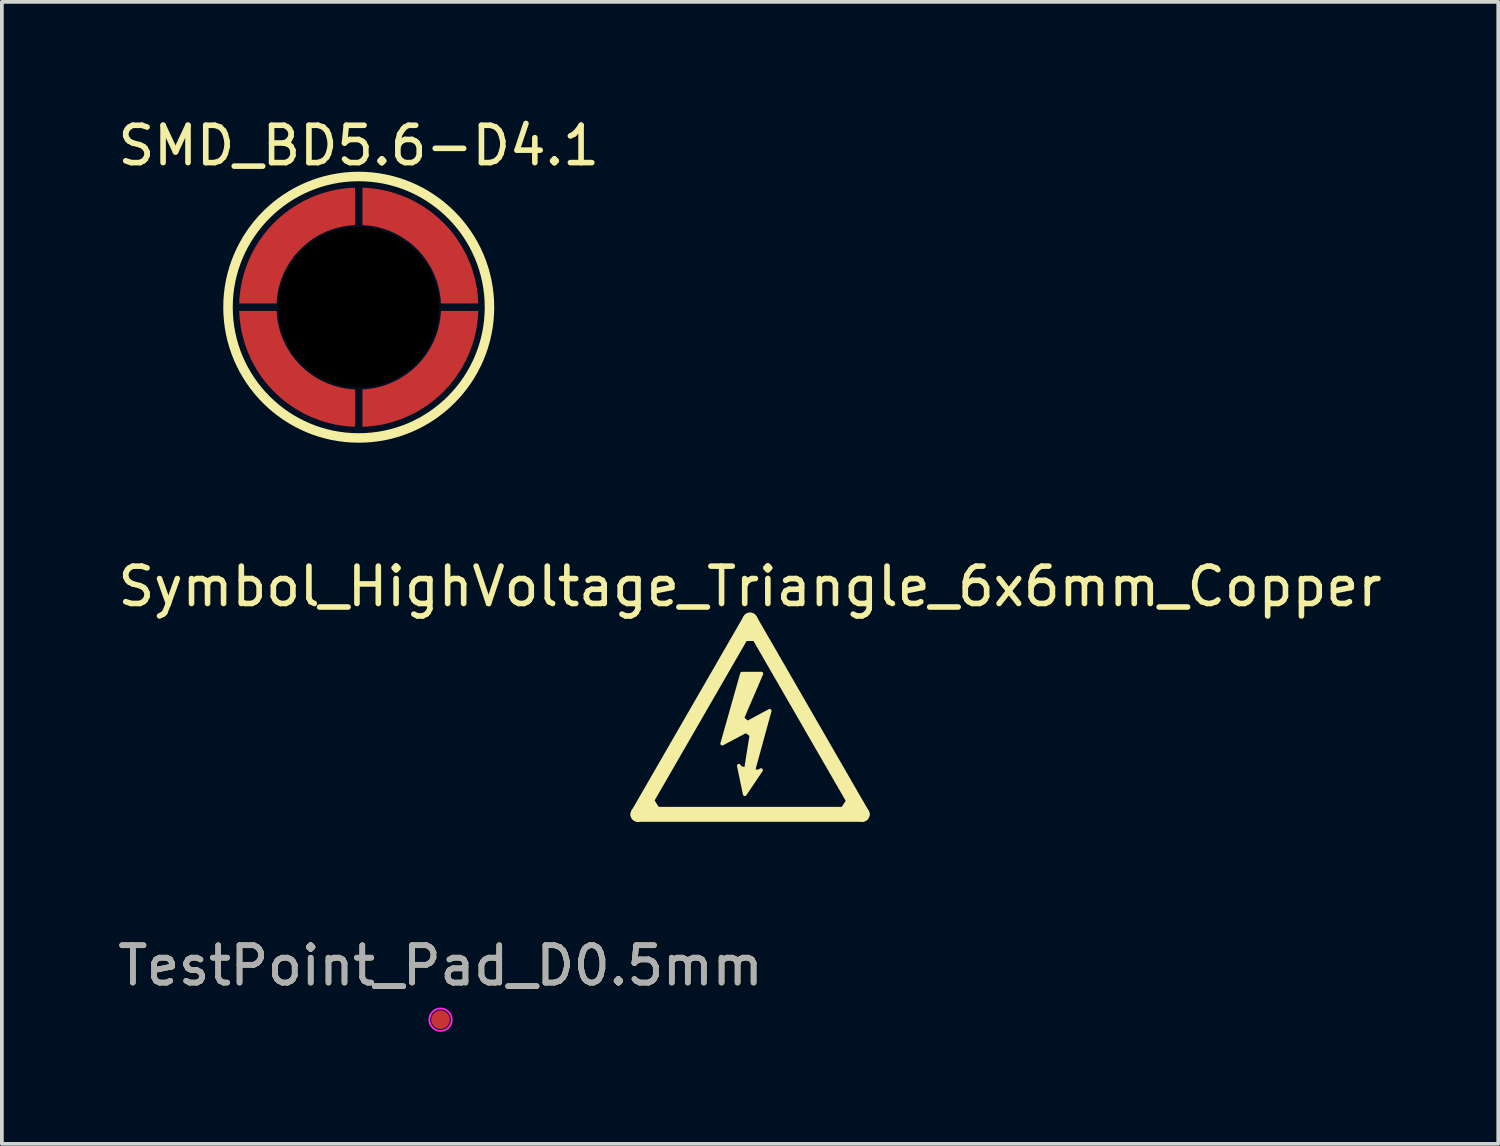
<source format=kicad_pcb>
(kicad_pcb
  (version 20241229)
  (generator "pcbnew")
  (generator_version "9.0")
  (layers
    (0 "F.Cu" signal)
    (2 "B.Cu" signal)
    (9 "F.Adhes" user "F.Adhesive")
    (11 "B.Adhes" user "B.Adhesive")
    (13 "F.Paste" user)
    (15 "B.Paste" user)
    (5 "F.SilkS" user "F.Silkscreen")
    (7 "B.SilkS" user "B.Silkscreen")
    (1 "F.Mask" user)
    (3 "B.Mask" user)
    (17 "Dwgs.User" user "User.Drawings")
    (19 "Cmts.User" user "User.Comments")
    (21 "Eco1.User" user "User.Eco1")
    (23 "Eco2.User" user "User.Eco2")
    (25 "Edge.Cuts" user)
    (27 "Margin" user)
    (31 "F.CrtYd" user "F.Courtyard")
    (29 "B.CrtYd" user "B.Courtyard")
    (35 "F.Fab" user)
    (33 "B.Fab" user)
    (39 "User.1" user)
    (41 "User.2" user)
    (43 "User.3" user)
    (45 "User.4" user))
  (footprint "SMD_BD5.6-D4.1"
    (layer "F.Cu")
    (at 6.554 5.175)
    (property "Reference" "SMD_BD5.6-D4.1" (at 0 -4.327 0) (layer "F.SilkS") (effects (font (size 1 1) (thickness 0.15))))
    (fp_circle (center 0 0) (end 3.5 0) (stroke (width 0.254) (type default)) (fill no) (layer "F.SilkS"))
    (fp_circle (center 0 0) (end 1.025 0) (stroke (width 2.05) (type default)) (fill no) (layer "Dwgs.User"))
    (fp_poly (pts (xy -3.19 -0.15) (xy -3.18 -0.3) (xy -3.15 -0.53) (xy -3.12 -0.68) (xy -3.03 -1) (xy -2.87 -1.41) (xy -2.65 -1.8) (xy -2.37 -2.14) (xy -2.01 -2.5) (xy -1.59 -2.77) (xy -1.37 -2.88) (xy -1.09 -3) (xy -0.54 -3.15) (xy -0.15 -3.19) (xy -0.15 -2.39) (xy -0.48 -2.34) (xy -0.96 -2.21) (xy -1.18 -2.07) (xy -1.52 -1.85) (xy -1.86 -1.53) (xy -2.12 -1.11) (xy -2.24 -0.85) (xy -2.36 -0.45) (xy -2.39 -0.15)) (stroke (width 0.1) (type default)) (fill no) (layer "User.1"))
    (fp_poly (pts (xy -0.15 3.19) (xy -0.3 3.18) (xy -0.53 3.15) (xy -0.68 3.12) (xy -1 3.03) (xy -1.41 2.87) (xy -1.8 2.65) (xy -2.14 2.37) (xy -2.5 2.01) (xy -2.77 1.59) (xy -2.88 1.37) (xy -3 1.09) (xy -3.15 0.54) (xy -3.19 0.15) (xy -2.39 0.15) (xy -2.34 0.48) (xy -2.21 0.96) (xy -2.07 1.18) (xy -1.85 1.52) (xy -1.53 1.86) (xy -1.11 2.12) (xy -0.85 2.24) (xy -0.45 2.36) (xy -0.15 2.39)) (stroke (width 0.1) (type default)) (fill no) (layer "User.1"))
    (fp_poly (pts (xy 0.15 -3.19) (xy 0.3 -3.18) (xy 0.53 -3.15) (xy 0.68 -3.12) (xy 1 -3.03) (xy 1.41 -2.87) (xy 1.8 -2.65) (xy 2.14 -2.37) (xy 2.5 -2.01) (xy 2.77 -1.59) (xy 2.88 -1.37) (xy 3 -1.09) (xy 3.15 -0.54) (xy 3.19 -0.15) (xy 2.39 -0.15) (xy 2.34 -0.48) (xy 2.21 -0.96) (xy 2.07 -1.18) (xy 1.85 -1.52) (xy 1.53 -1.86) (xy 1.11 -2.12) (xy 0.85 -2.24) (xy 0.45 -2.36) (xy 0.15 -2.39)) (stroke (width 0.1) (type default)) (fill no) (layer "User.1"))
    (fp_poly (pts (xy 3.19 0.15) (xy 3.18 0.3) (xy 3.15 0.53) (xy 3.12 0.68) (xy 3.03 1) (xy 2.87 1.41) (xy 2.65 1.8) (xy 2.37 2.14) (xy 2.01 2.5) (xy 1.59 2.77) (xy 1.37 2.88) (xy 1.09 3) (xy 0.54 3.15) (xy 0.15 3.19) (xy 0.15 2.39) (xy 0.48 2.34) (xy 0.96 2.21) (xy 1.18 2.07) (xy 1.52 1.85) (xy 1.86 1.53) (xy 2.12 1.11) (xy 2.24 0.85) (xy 2.36 0.45) (xy 2.39 0.15)) (stroke (width 0.1) (type default)) (fill no) (layer "User.1"))
    (fp_arc (start -2.78 0) (mid -1.965757 -1.965757) (end 0 -2.78) (stroke (width 0.051) (type default)) (layer "User.2"))
    (fp_arc (start 0 -2.78) (mid 1.965757 -1.965757) (end 2.78 0) (stroke (width 0.051) (type default)) (layer "User.2"))
    (fp_arc (start 0 2.78) (mid -1.965757 1.965757) (end -2.78 0) (stroke (width 0.051) (type default)) (layer "User.2"))
    (fp_arc (start 2.78 0) (mid 1.965757 1.965757) (end 0 2.78) (stroke (width 0.051) (type default)) (layer "User.2"))
    (fp_poly (pts (xy 3.245 -3.213) (xy 3.213 -3.245) (xy 3.167 -3.245) (xy 3.135 -3.213) (xy 3.135 -3.167) (xy 3.167 -3.135) (xy 3.213 -3.135) (xy 3.245 -3.167)) (stroke (width 0.1) (type default)) (fill no) (layer "User.3"))
    (pad "" np_thru_hole circle (at 0 0 180) (size 4.3 4.3) (drill 4.3) (layers "*.Mask"))
    (pad "1" smd custom (at -2.102 -1.65) (size 0.000001 0.000001) (layers "F.Cu" "F.Mask" "F.Paste") (options (anchor circle)) (primitives (gr_poly (pts (xy 2.002 -1.55) (xy 2.002 -0.55) (xy 1.934 -0.546) (xy 1.867 -0.54) (xy 1.799 -0.531) (xy 1.732 -0.521) (xy 1.665 -0.509) (xy 1.599 -0.494) (xy 1.533 -0.478) (xy 1.468 -0.46) (xy 1.403 -0.439) (xy 1.339 -0.416) (xy 1.276 -0.392) (xy 1.213 -0.365) (xy 1.151 -0.337) (xy 1.091 -0.307) (xy 1.03 -0.275) (xy 0.972 -0.241) (xy 0.914 -0.205) (xy 0.858 -0.168) (xy 0.802 -0.129) (xy 0.748 -0.087) (xy 0.695 -0.045) (xy 0.643 -0.001) (xy 0.593 0.045) (xy 0.544 0.092) (xy 0.497 0.141) (xy 0.451 0.191) (xy 0.407 0.242) (xy 0.364 0.295) (xy 0.324 0.35) (xy 0.284 0.406) (xy 0.247 0.462) (xy 0.211 0.519) (xy 0.177 0.579) (xy 0.145 0.638) (xy 0.115 0.699) (xy 0.086 0.761) (xy 0.06 0.824) (xy 0.035 0.887) (xy 0.013 0.951) (xy -0.007 1.016) (xy -0.026 1.081) (xy -0.043 1.147) (xy -0.057 1.213) (xy -0.069 1.28) (xy -0.08 1.347) (xy -0.088 1.415) (xy -0.094 1.482) (xy -0.098 1.55) (xy -1.098 1.55) (xy -1.095 1.468) (xy -1.089 1.387) (xy -1.081 1.305) (xy -1.071 1.224) (xy -1.06 1.143) (xy -1.046 1.062) (xy -1.03 0.982) (xy -1.012 0.902) (xy -0.991 0.823) (xy -0.969 0.744) (xy -0.945 0.665) (xy -0.918 0.588) (xy -0.89 0.511) (xy -0.861 0.435) (xy -0.829 0.36) (xy -0.794 0.285) (xy -0.759 0.211) (xy -0.721 0.139) (xy -0.681 0.068) (xy -0.64 -0.004) (xy -0.597 -0.073) (xy -0.552 -0.141) (xy -0.505 -0.208) (xy -0.457 -0.275) (xy -0.407 -0.34) (xy -0.355 -0.403) (xy -0.302 -0.465) (xy -0.247 -0.526) (xy -0.191 -0.585) (xy -0.133 -0.643) (xy -0.074 -0.7) (xy -0.013 -0.754) (xy 0.049 -0.807) (xy 0.113 -0.859) (xy 0.177 -0.909) (xy 0.243 -0.958) (xy 0.31 -1.004) (xy 0.379 -1.049) (xy 0.449 -1.092) (xy 0.519 -1.133) (xy 0.591 -1.173) (xy 0.663 -1.211) (xy 0.738 -1.246) (xy 0.812 -1.28) (xy 0.887 -1.312) (xy 0.964 -1.343) (xy 1.04 -1.371) (xy 1.117 -1.397) (xy 1.196 -1.421) (xy 1.274 -1.443) (xy 1.354 -1.464) (xy 1.434 -1.482) (xy 1.514 -1.498) (xy 1.595 -1.512) (xy 1.676 -1.523) (xy 1.757 -1.533) (xy 1.839 -1.541) (xy 1.92 -1.546)) (width 0) (fill yes))))
    (pad "1" smd custom (at -1.65 2.102) (size 0.000001 0.000001) (layers "F.Cu" "F.Mask" "F.Paste") (options (anchor circle)) (primitives (gr_poly (pts (xy -1.55 -2.002) (xy -0.55 -2.002) (xy -0.546 -1.934) (xy -0.54 -1.867) (xy -0.531 -1.799) (xy -0.521 -1.732) (xy -0.509 -1.665) (xy -0.494 -1.599) (xy -0.478 -1.533) (xy -0.46 -1.468) (xy -0.439 -1.403) (xy -0.416 -1.339) (xy -0.392 -1.276) (xy -0.365 -1.213) (xy -0.337 -1.151) (xy -0.307 -1.091) (xy -0.275 -1.03) (xy -0.241 -0.972) (xy -0.205 -0.914) (xy -0.168 -0.858) (xy -0.129 -0.802) (xy -0.087 -0.748) (xy -0.045 -0.695) (xy -0.001 -0.643) (xy 0.045 -0.593) (xy 0.092 -0.544) (xy 0.141 -0.497) (xy 0.191 -0.451) (xy 0.242 -0.407) (xy 0.295 -0.364) (xy 0.35 -0.324) (xy 0.406 -0.284) (xy 0.462 -0.247) (xy 0.519 -0.211) (xy 0.579 -0.177) (xy 0.638 -0.145) (xy 0.699 -0.115) (xy 0.761 -0.086) (xy 0.824 -0.06) (xy 0.887 -0.035) (xy 0.951 -0.013) (xy 1.016 0.007) (xy 1.081 0.026) (xy 1.147 0.043) (xy 1.213 0.057) (xy 1.28 0.069) (xy 1.347 0.08) (xy 1.415 0.088) (xy 1.482 0.094) (xy 1.55 0.098) (xy 1.55 1.098) (xy 1.468 1.095) (xy 1.387 1.089) (xy 1.305 1.081) (xy 1.224 1.071) (xy 1.143 1.06) (xy 1.062 1.046) (xy 0.982 1.03) (xy 0.902 1.012) (xy 0.823 0.991) (xy 0.744 0.969) (xy 0.665 0.945) (xy 0.588 0.918) (xy 0.511 0.89) (xy 0.435 0.861) (xy 0.36 0.829) (xy 0.285 0.794) (xy 0.211 0.759) (xy 0.139 0.721) (xy 0.068 0.681) (xy -0.004 0.64) (xy -0.073 0.597) (xy -0.141 0.552) (xy -0.208 0.505) (xy -0.275 0.457) (xy -0.34 0.407) (xy -0.403 0.355) (xy -0.465 0.302) (xy -0.526 0.247) (xy -0.585 0.191) (xy -0.643 0.133) (xy -0.7 0.074) (xy -0.754 0.013) (xy -0.807 -0.049) (xy -0.859 -0.113) (xy -0.909 -0.177) (xy -0.958 -0.243) (xy -1.004 -0.31) (xy -1.049 -0.379) (xy -1.092 -0.449) (xy -1.133 -0.519) (xy -1.173 -0.591) (xy -1.211 -0.663) (xy -1.246 -0.738) (xy -1.28 -0.812) (xy -1.312 -0.887) (xy -1.343 -0.964) (xy -1.371 -1.04) (xy -1.397 -1.117) (xy -1.421 -1.196) (xy -1.443 -1.274) (xy -1.464 -1.354) (xy -1.482 -1.434) (xy -1.498 -1.514) (xy -1.512 -1.595) (xy -1.523 -1.676) (xy -1.533 -1.757) (xy -1.541 -1.839) (xy -1.546 -1.92)) (width 0) (fill yes))))
    (pad "1" smd custom (at 1.65 -2.102) (size 0.000001 0.000001) (layers "F.Cu" "F.Mask" "F.Paste") (options (anchor circle)) (primitives (gr_poly (pts (xy 1.55 2.002) (xy 0.55 2.002) (xy 0.546 1.934) (xy 0.54 1.867) (xy 0.531 1.799) (xy 0.521 1.732) (xy 0.509 1.665) (xy 0.494 1.599) (xy 0.478 1.533) (xy 0.46 1.468) (xy 0.439 1.403) (xy 0.416 1.339) (xy 0.392 1.276) (xy 0.365 1.213) (xy 0.337 1.151) (xy 0.307 1.091) (xy 0.275 1.03) (xy 0.241 0.972) (xy 0.205 0.914) (xy 0.168 0.858) (xy 0.129 0.802) (xy 0.087 0.748) (xy 0.045 0.695) (xy 0.001 0.643) (xy -0.045 0.593) (xy -0.092 0.544) (xy -0.141 0.497) (xy -0.191 0.451) (xy -0.242 0.407) (xy -0.295 0.364) (xy -0.35 0.324) (xy -0.406 0.284) (xy -0.462 0.247) (xy -0.519 0.211) (xy -0.579 0.177) (xy -0.638 0.145) (xy -0.699 0.115) (xy -0.761 0.086) (xy -0.824 0.06) (xy -0.887 0.035) (xy -0.951 0.013) (xy -1.016 -0.007) (xy -1.081 -0.026) (xy -1.147 -0.043) (xy -1.213 -0.057) (xy -1.28 -0.069) (xy -1.347 -0.08) (xy -1.415 -0.088) (xy -1.482 -0.094) (xy -1.55 -0.098) (xy -1.55 -1.098) (xy -1.468 -1.095) (xy -1.387 -1.089) (xy -1.305 -1.081) (xy -1.224 -1.071) (xy -1.143 -1.06) (xy -1.062 -1.046) (xy -0.982 -1.03) (xy -0.902 -1.012) (xy -0.823 -0.991) (xy -0.744 -0.969) (xy -0.665 -0.945) (xy -0.588 -0.918) (xy -0.511 -0.89) (xy -0.435 -0.861) (xy -0.36 -0.829) (xy -0.285 -0.794) (xy -0.211 -0.759) (xy -0.139 -0.721) (xy -0.068 -0.681) (xy 0.004 -0.64) (xy 0.073 -0.597) (xy 0.141 -0.552) (xy 0.208 -0.505) (xy 0.275 -0.457) (xy 0.34 -0.407) (xy 0.403 -0.355) (xy 0.465 -0.302) (xy 0.526 -0.247) (xy 0.585 -0.191) (xy 0.643 -0.133) (xy 0.7 -0.074) (xy 0.754 -0.013) (xy 0.807 0.049) (xy 0.859 0.113) (xy 0.909 0.177) (xy 0.958 0.243) (xy 1.004 0.31) (xy 1.049 0.379) (xy 1.092 0.449) (xy 1.133 0.519) (xy 1.173 0.591) (xy 1.211 0.663) (xy 1.246 0.738) (xy 1.28 0.812) (xy 1.312 0.887) (xy 1.343 0.964) (xy 1.371 1.04) (xy 1.397 1.117) (xy 1.421 1.196) (xy 1.443 1.274) (xy 1.464 1.354) (xy 1.482 1.434) (xy 1.498 1.514) (xy 1.512 1.595) (xy 1.523 1.676) (xy 1.533 1.757) (xy 1.541 1.839) (xy 1.546 1.92)) (width 0) (fill yes))))
    (pad "1" smd custom (at 2.102 1.65) (size 0.000001 0.000001) (layers "F.Cu" "F.Mask" "F.Paste") (options (anchor circle)) (primitives (gr_poly (pts (xy -2.002 1.55) (xy -2.002 0.55) (xy -1.934 0.546) (xy -1.867 0.54) (xy -1.799 0.531) (xy -1.732 0.521) (xy -1.665 0.509) (xy -1.599 0.494) (xy -1.533 0.478) (xy -1.468 0.46) (xy -1.403 0.439) (xy -1.339 0.416) (xy -1.276 0.392) (xy -1.213 0.365) (xy -1.151 0.337) (xy -1.091 0.307) (xy -1.03 0.275) (xy -0.972 0.241) (xy -0.914 0.205) (xy -0.858 0.168) (xy -0.802 0.129) (xy -0.748 0.087) (xy -0.695 0.045) (xy -0.643 0.001) (xy -0.593 -0.045) (xy -0.544 -0.092) (xy -0.497 -0.141) (xy -0.451 -0.191) (xy -0.407 -0.242) (xy -0.364 -0.295) (xy -0.324 -0.35) (xy -0.284 -0.406) (xy -0.247 -0.462) (xy -0.211 -0.519) (xy -0.177 -0.579) (xy -0.145 -0.638) (xy -0.115 -0.699) (xy -0.086 -0.761) (xy -0.06 -0.824) (xy -0.035 -0.887) (xy -0.013 -0.951) (xy 0.007 -1.016) (xy 0.026 -1.081) (xy 0.043 -1.147) (xy 0.057 -1.213) (xy 0.069 -1.28) (xy 0.08 -1.347) (xy 0.088 -1.415) (xy 0.094 -1.482) (xy 0.098 -1.55) (xy 1.098 -1.55) (xy 1.095 -1.468) (xy 1.089 -1.387) (xy 1.081 -1.305) (xy 1.071 -1.224) (xy 1.06 -1.143) (xy 1.046 -1.062) (xy 1.03 -0.982) (xy 1.012 -0.902) (xy 0.991 -0.823) (xy 0.969 -0.744) (xy 0.945 -0.665) (xy 0.918 -0.588) (xy 0.89 -0.511) (xy 0.861 -0.435) (xy 0.829 -0.36) (xy 0.794 -0.285) (xy 0.759 -0.211) (xy 0.721 -0.139) (xy 0.681 -0.068) (xy 0.64 0.004) (xy 0.597 0.073) (xy 0.552 0.141) (xy 0.505 0.208) (xy 0.457 0.275) (xy 0.407 0.34) (xy 0.355 0.403) (xy 0.302 0.465) (xy 0.247 0.526) (xy 0.191 0.585) (xy 0.133 0.643) (xy 0.074 0.7) (xy 0.013 0.754) (xy -0.049 0.807) (xy -0.113 0.859) (xy -0.177 0.909) (xy -0.243 0.958) (xy -0.31 1.004) (xy -0.379 1.049) (xy -0.449 1.092) (xy -0.519 1.133) (xy -0.591 1.173) (xy -0.663 1.211) (xy -0.738 1.246) (xy -0.812 1.28) (xy -0.887 1.312) (xy -0.964 1.343) (xy -1.04 1.371) (xy -1.117 1.397) (xy -1.196 1.421) (xy -1.274 1.443) (xy -1.354 1.464) (xy -1.434 1.482) (xy -1.514 1.498) (xy -1.595 1.512) (xy -1.676 1.523) (xy -1.757 1.533) (xy -1.839 1.541) (xy -1.92 1.546)) (width 0) (fill yes)))))
  (footprint "TestPoint_Pad_D0.5mm"
    (layer "F.Cu")
    (at 8.744 24.249)
    (property "Reference" "TestPoint_Pad_D0.5mm" (at 0 -1.448 0) (layer "F.SilkS") (effects (font (size 1 1) (thickness 0.15))))
    (attr exclude_from_pos_files exclude_from_bom)
    (fp_circle (center 0 0) (end 0.3 0) (stroke (width 0.05) (type solid)) (fill no) (layer "F.CrtYd"))
    (fp_text user "${REFERENCE}" (at 0 -1.45 0) (layer "F.Fab") (effects (font (size 1 1) (thickness 0.15))))
    (pad "1" smd circle (at 0 0) (size 0.5 0.5) (layers "F.Cu" "F.Mask")))
  (footprint "Symbol_HighVoltage_Triangle_6x6mm_Copper"
    (layer "F.Cu")
    (at 17.03 16.151)
    (property "Reference" "Symbol_HighVoltage_Triangle_6x6mm_Copper" (at 0 -3.5 0) (layer "F.SilkS") (effects (font (size 1 1) (thickness 0.15))))
    (attr exclude_from_pos_files exclude_from_bom allow_missing_courtyard)
    (fp_line (start -3 2.6) (end 0 -2.6) (stroke (width 0.4) (type solid)) (layer "F.SilkS"))
    (fp_line (start -2.457 2.565) (end -2.723 2.155) (stroke (width 0.2) (type default)) (layer "F.SilkS"))
    (fp_line (start -0.28 0.03) (end -0.08 0.21) (stroke (width 0.2) (type default)) (layer "F.SilkS"))
    (fp_line (start -0.26 1.36) (end 0.21 1.46) (stroke (width 0.102) (type default)) (layer "F.SilkS"))
    (fp_line (start -0.135 0.295) (end 0.115 0.465) (stroke (width 0.2) (type default)) (layer "F.SilkS"))
    (fp_line (start -0.125 -2.14) (end 0.125 -2.14) (stroke (width 0.2) (type default)) (layer "F.SilkS"))
    (fp_line (start 0 -2.6) (end 3 2.6) (stroke (width 0.4) (type solid)) (layer "F.SilkS"))
    (fp_line (start 2.467 2.565) (end 2.733 2.155) (stroke (width 0.2) (type default)) (layer "F.SilkS"))
    (fp_line (start 3 2.6) (end -3 2.6) (stroke (width 0.4) (type solid)) (layer "F.SilkS"))
    (fp_poly (pts (xy -0.321 0.284) (xy 0.525 -0.171) (xy 0.049 1.565) (xy 0.293 1.416) (xy -0.141 2.062) (xy -0.3 1.3) (xy -0.131 1.533) (xy 0.07 0.273) (xy -0.745 0.707) (xy -0.215 -1.166) (xy 0.303 -1.166)) (stroke (width 0.1) (type solid)) (fill yes) (layer "F.SilkS")))
  (gr_rect
    (start -3 -3)
    (end 37.06 27.574)
    (stroke (width 0.1) (type default))
    (fill no)
    (layer "Edge.Cuts")))
</source>
